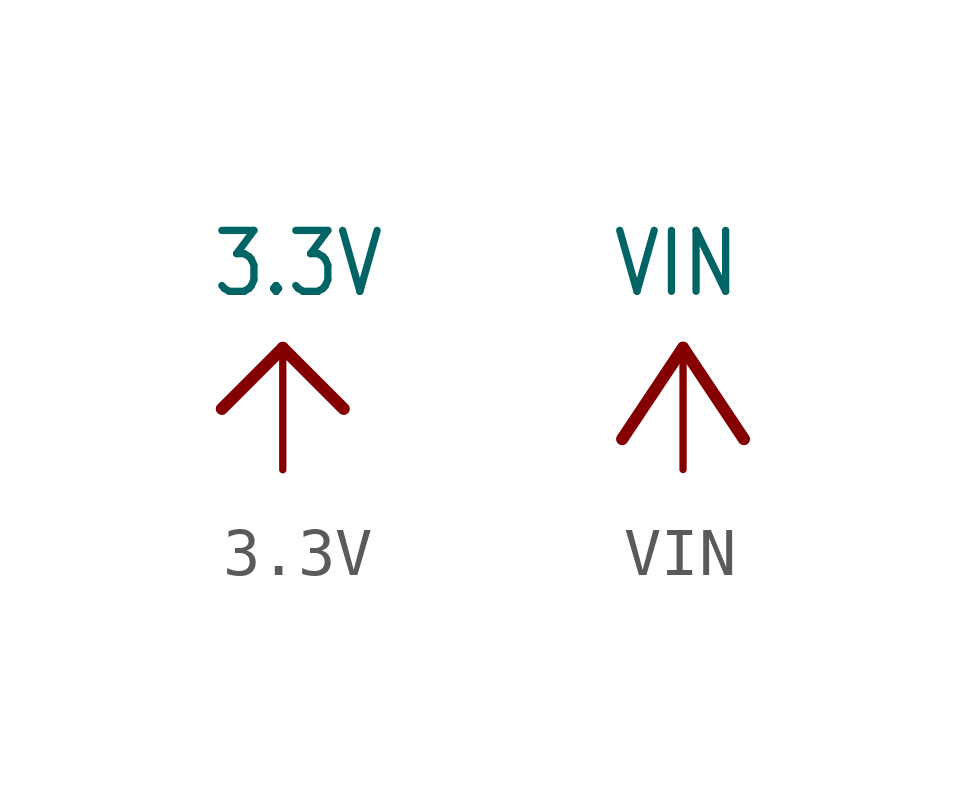
<source format=kicad_sym>
(kicad_symbol_lib
  (version 20220914)
  (generator kicad_symbol_editor)
  (symbol "3.3V"
    (power)
    (property "Reference" ""
      (at 0 0 0)
      (effects (font (size 1.27 1.27)) hide))
    (property "Value" "3.3V"
      (at -1.524 3.556 0)
      (effects (font (size 1.27 1.079)) (justify left bottom)))
    (property "ki_locked" ""
      (at 0 0 0)
      (effects (font (size 1.27 1.27))))
    (symbol "3.3V_1_0"
      (polyline (pts (xy -1.27 1.27) (xy 0 2.54)) (stroke (width 0.254) (type solid)) (fill (type none)))
      (polyline (pts (xy 0 2.54) (xy 1.27 1.27)) (stroke (width 0.254) (type solid)) (fill (type none)))
      (pin power_in line (at 0 0 90) (length 2.54) (name "3.3V" (effects (font (size 0 0)))) (number "1" (effects (font (size 0 0)))))))
  (symbol "VIN"
    (power)
    (property "Reference" ""
      (at 0 0 0)
      (effects (font (size 1.27 1.27)) hide))
    (property "Value" "VIN"
      (at -1.524 3.556 0)
      (effects (font (size 1.27 1.079)) (justify left bottom)))
    (property "ki_locked" ""
      (at 0 0 0)
      (effects (font (size 1.27 1.27))))
    (symbol "VIN_1_0"
      (polyline (pts (xy 0 2.54) (xy -1.27 0.635)) (stroke (width 0.254) (type solid)) (fill (type none)))
      (polyline (pts (xy 1.27 0.635) (xy 0 2.54)) (stroke (width 0.254) (type solid)) (fill (type none)))
      (pin power_in line (at 0 0 90) (length 2.54) (name "VIN" (effects (font (size 0 0)))) (number "1" (effects (font (size 0 0))))))))
</source>
